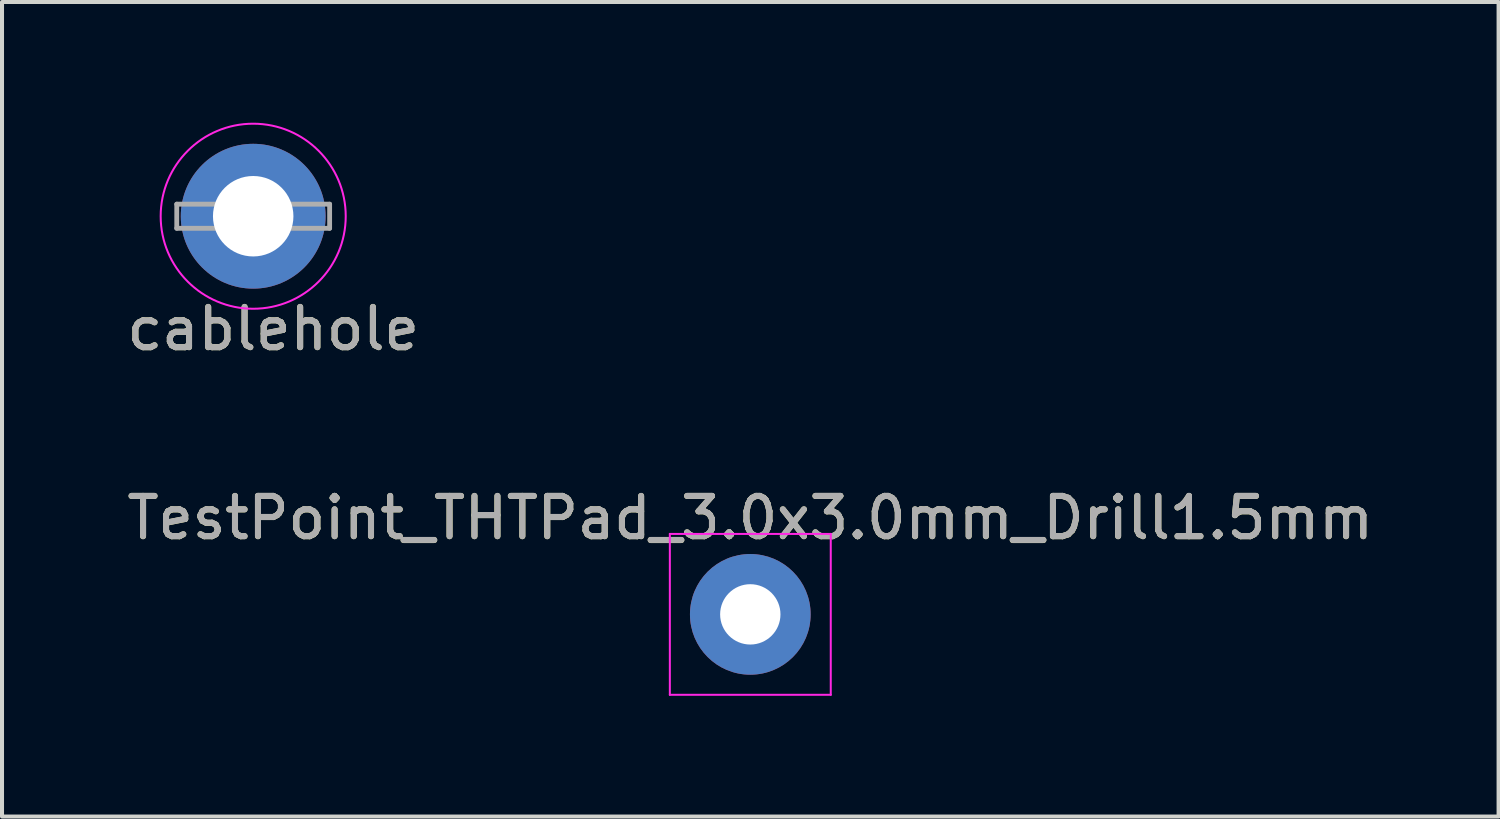
<source format=kicad_pcb>
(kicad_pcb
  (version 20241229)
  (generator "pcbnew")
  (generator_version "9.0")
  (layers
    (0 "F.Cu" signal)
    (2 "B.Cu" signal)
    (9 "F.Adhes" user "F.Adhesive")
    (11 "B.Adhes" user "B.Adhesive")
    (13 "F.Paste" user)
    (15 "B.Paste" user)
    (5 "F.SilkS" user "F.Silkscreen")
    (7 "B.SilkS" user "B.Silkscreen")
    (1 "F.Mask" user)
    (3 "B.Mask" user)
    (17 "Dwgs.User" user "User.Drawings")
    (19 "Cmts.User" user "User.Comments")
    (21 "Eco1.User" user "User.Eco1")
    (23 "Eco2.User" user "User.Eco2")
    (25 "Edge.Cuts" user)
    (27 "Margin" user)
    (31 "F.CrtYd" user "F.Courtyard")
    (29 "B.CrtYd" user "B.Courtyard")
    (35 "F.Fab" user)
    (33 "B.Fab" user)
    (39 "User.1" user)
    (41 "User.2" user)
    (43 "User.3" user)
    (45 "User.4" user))
  (footprint "cablehole"
    (layer "F.Cu")
    (at 3.244 2.325)
    (property "Reference" "cablehole" (at 0.5 2.8 0) (layer "F.SilkS") (effects (font (size 1 1) (thickness 0.15))))
    (attr through_hole)
    (fp_circle (center 0 0) (end 2.3 0) (stroke (width 0.05) (type solid)) (fill no) (layer "F.CrtYd"))
    (fp_line (start -1.9 -0.3) (end -1.9 0.3) (stroke (width 0.12) (type solid)) (layer "F.Fab"))
    (fp_line (start -1.9 0.3) (end 1.9 0.3) (stroke (width 0.12) (type solid)) (layer "F.Fab"))
    (fp_line (start 1.9 -0.3) (end -1.9 -0.3) (stroke (width 0.12) (type solid)) (layer "F.Fab"))
    (fp_line (start 1.9 0.3) (end 1.9 -0.3) (stroke (width 0.12) (type solid)) (layer "F.Fab"))
    (fp_text user "${REFERENCE}" (at 0.5 2.8 0) (layer "F.Fab") (effects (font (size 1 1) (thickness 0.15))))
    (pad "1" thru_hole circle (at 0 0) (size 3.6 3.6) (drill 2) (layers "*.Cu" "*.Mask")))
  (footprint "TestPoint_THTPad_3.0x3.0mm_Drill1.5mm"
    (layer "F.Cu")
    (at 15.601 12.222)
    (property "Reference" "TestPoint_THTPad_3.0x3.0mm_Drill1.5mm" (at 0 -2.398 0) (layer "F.SilkS") (effects (font (size 1 1) (thickness 0.15))))
    (attr exclude_from_pos_files exclude_from_bom)
    (fp_line (start -2 -2) (end -2 2) (stroke (width 0.05) (type solid)) (layer "F.CrtYd"))
    (fp_line (start -2 -2) (end 2 -2) (stroke (width 0.05) (type solid)) (layer "F.CrtYd"))
    (fp_line (start 2 2) (end -2 2) (stroke (width 0.05) (type solid)) (layer "F.CrtYd"))
    (fp_line (start 2 2) (end 2 -2) (stroke (width 0.05) (type solid)) (layer "F.CrtYd"))
    (fp_text user "${REFERENCE}" (at 0 -2.4 0) (layer "F.Fab") (effects (font (size 1 1) (thickness 0.15))))
    (pad "1" thru_hole circle (at 0 0) (size 3 3) (drill 1.5) (layers "*.Cu" "*.Mask")))
  (gr_rect
    (start -3 -3)
    (end 34.202 17.247)
    (stroke (width 0.1) (type default))
    (fill no)
    (layer "Edge.Cuts")))
</source>
